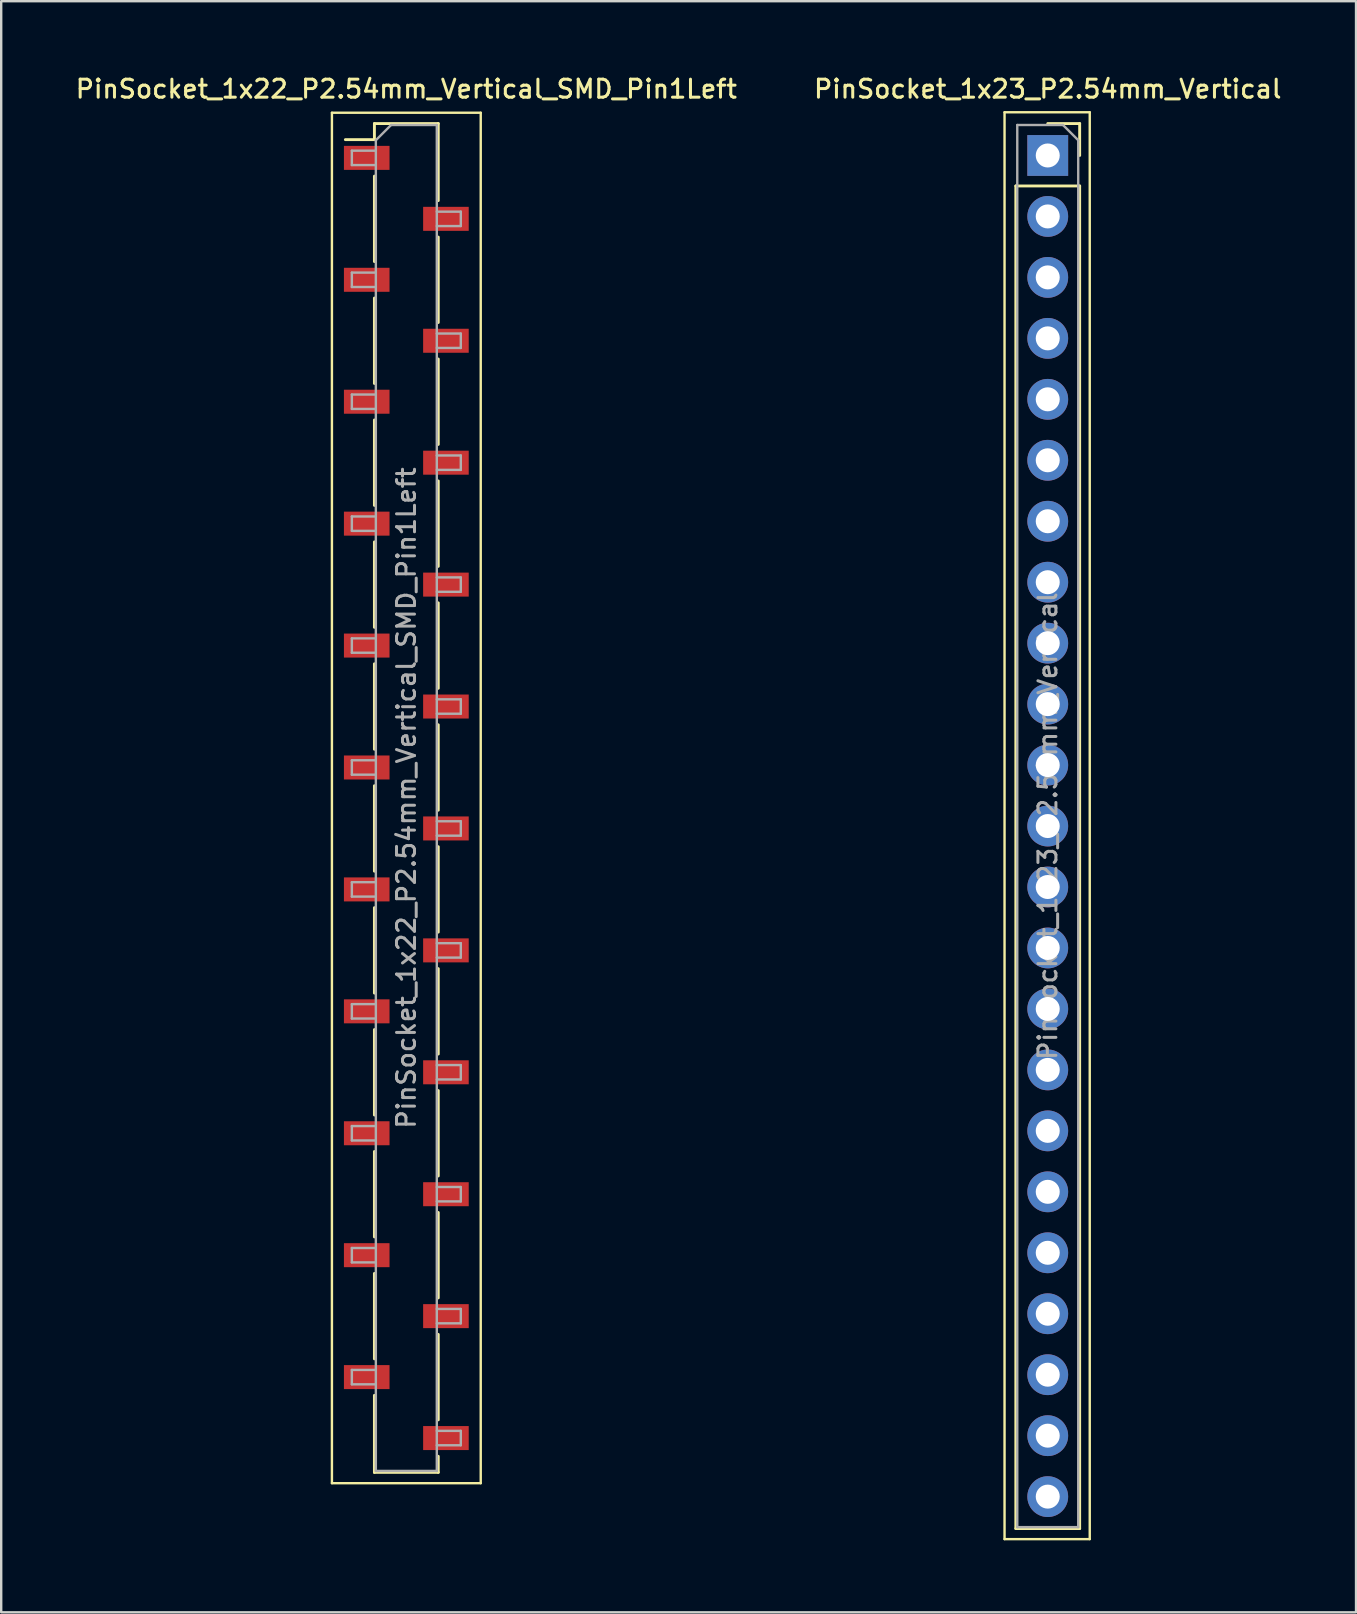
<source format=kicad_pcb>
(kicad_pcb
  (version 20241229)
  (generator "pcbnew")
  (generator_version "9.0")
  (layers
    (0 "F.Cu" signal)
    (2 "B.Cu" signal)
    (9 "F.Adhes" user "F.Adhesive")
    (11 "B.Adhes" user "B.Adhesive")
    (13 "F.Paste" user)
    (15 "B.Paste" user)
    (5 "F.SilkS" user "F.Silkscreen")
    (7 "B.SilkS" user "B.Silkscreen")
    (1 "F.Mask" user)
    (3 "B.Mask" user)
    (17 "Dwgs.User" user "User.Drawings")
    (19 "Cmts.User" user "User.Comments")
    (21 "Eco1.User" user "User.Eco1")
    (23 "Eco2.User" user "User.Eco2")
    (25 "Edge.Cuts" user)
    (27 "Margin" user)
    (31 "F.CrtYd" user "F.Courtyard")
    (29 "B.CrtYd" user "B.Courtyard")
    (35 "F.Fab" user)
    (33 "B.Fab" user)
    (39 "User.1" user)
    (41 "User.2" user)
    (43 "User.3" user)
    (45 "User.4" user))
  (footprint "PinSocket_1x23_P2.54mm_Vertical"
    (layer "F.Cu")
    (at 40.605 3.428)
    (property "Reference" "PinSocket_1x23_P2.54mm_Vertical" (at 0 -2.77 0) (layer "F.SilkS") (effects (font (size 0.75 0.75) (thickness 0.125))))
    (attr through_hole)
    (fp_line (start -1.8 -1.8) (end 1.75 -1.8) (stroke (width 0.1) (type solid)) (layer "F.SilkS"))
    (fp_line (start -1.8 57.65) (end -1.8 -1.8) (stroke (width 0.1) (type solid)) (layer "F.SilkS"))
    (fp_line (start -1.33 1.27) (end -1.33 57.21) (stroke (width 0.12) (type solid)) (layer "F.SilkS"))
    (fp_line (start -1.33 1.27) (end 1.33 1.27) (stroke (width 0.12) (type solid)) (layer "F.SilkS"))
    (fp_line (start -1.33 57.21) (end 1.33 57.21) (stroke (width 0.12) (type solid)) (layer "F.SilkS"))
    (fp_line (start 0 -1.33) (end 1.33 -1.33) (stroke (width 0.12) (type solid)) (layer "F.SilkS"))
    (fp_line (start 1.33 -1.33) (end 1.33 0) (stroke (width 0.12) (type solid)) (layer "F.SilkS"))
    (fp_line (start 1.33 1.27) (end 1.33 57.21) (stroke (width 0.12) (type solid)) (layer "F.SilkS"))
    (fp_line (start 1.75 -1.8) (end 1.75 57.65) (stroke (width 0.1) (type solid)) (layer "F.SilkS"))
    (fp_line (start 1.75 57.65) (end -1.8 57.65) (stroke (width 0.1) (type solid)) (layer "F.SilkS"))
    (fp_line (start -1.27 -1.27) (end 0.635 -1.27) (stroke (width 0.1) (type solid)) (layer "F.Fab"))
    (fp_line (start -1.27 57.15) (end -1.27 -1.27) (stroke (width 0.1) (type solid)) (layer "F.Fab"))
    (fp_line (start 0.635 -1.27) (end 1.27 -0.635) (stroke (width 0.1) (type solid)) (layer "F.Fab"))
    (fp_line (start 1.27 -0.635) (end 1.27 57.15) (stroke (width 0.1) (type solid)) (layer "F.Fab"))
    (fp_line (start 1.27 57.15) (end -1.27 57.15) (stroke (width 0.1) (type solid)) (layer "F.Fab"))
    (fp_text user "${REFERENCE}" (at 0 27.94 90) (layer "F.Fab") (effects (font (size 0.75 0.75) (thickness 0.125))))
    (pad "1" thru_hole rect (at 0 0) (size 1.7 1.7) (drill 1) (layers "*.Cu" "*.Mask"))
    (pad "2" thru_hole oval (at 0 2.54) (size 1.7 1.7) (drill 1) (layers "*.Cu" "*.Mask"))
    (pad "3" thru_hole oval (at 0 5.08) (size 1.7 1.7) (drill 1) (layers "*.Cu" "*.Mask"))
    (pad "4" thru_hole oval (at 0 7.62) (size 1.7 1.7) (drill 1) (layers "*.Cu" "*.Mask"))
    (pad "5" thru_hole oval (at 0 10.16) (size 1.7 1.7) (drill 1) (layers "*.Cu" "*.Mask"))
    (pad "6" thru_hole oval (at 0 12.7) (size 1.7 1.7) (drill 1) (layers "*.Cu" "*.Mask"))
    (pad "7" thru_hole oval (at 0 15.24) (size 1.7 1.7) (drill 1) (layers "*.Cu" "*.Mask"))
    (pad "8" thru_hole oval (at 0 17.78) (size 1.7 1.7) (drill 1) (layers "*.Cu" "*.Mask"))
    (pad "9" thru_hole oval (at 0 20.32) (size 1.7 1.7) (drill 1) (layers "*.Cu" "*.Mask"))
    (pad "10" thru_hole oval (at 0 22.86) (size 1.7 1.7) (drill 1) (layers "*.Cu" "*.Mask"))
    (pad "11" thru_hole oval (at 0 25.4) (size 1.7 1.7) (drill 1) (layers "*.Cu" "*.Mask"))
    (pad "12" thru_hole oval (at 0 27.94) (size 1.7 1.7) (drill 1) (layers "*.Cu" "*.Mask"))
    (pad "13" thru_hole oval (at 0 30.48) (size 1.7 1.7) (drill 1) (layers "*.Cu" "*.Mask"))
    (pad "14" thru_hole oval (at 0 33.02) (size 1.7 1.7) (drill 1) (layers "*.Cu" "*.Mask"))
    (pad "15" thru_hole oval (at 0 35.56) (size 1.7 1.7) (drill 1) (layers "*.Cu" "*.Mask"))
    (pad "16" thru_hole oval (at 0 38.1) (size 1.7 1.7) (drill 1) (layers "*.Cu" "*.Mask"))
    (pad "17" thru_hole oval (at 0 40.64) (size 1.7 1.7) (drill 1) (layers "*.Cu" "*.Mask"))
    (pad "18" thru_hole oval (at 0 43.18) (size 1.7 1.7) (drill 1) (layers "*.Cu" "*.Mask"))
    (pad "19" thru_hole oval (at 0 45.72) (size 1.7 1.7) (drill 1) (layers "*.Cu" "*.Mask"))
    (pad "20" thru_hole oval (at 0 48.26) (size 1.7 1.7) (drill 1) (layers "*.Cu" "*.Mask"))
    (pad "21" thru_hole oval (at 0 50.8) (size 1.7 1.7) (drill 1) (layers "*.Cu" "*.Mask"))
    (pad "22" thru_hole oval (at 0 53.34) (size 1.7 1.7) (drill 1) (layers "*.Cu" "*.Mask"))
    (pad "23" thru_hole oval (at 0 55.88) (size 1.7 1.7) (drill 1) (layers "*.Cu" "*.Mask")))
  (footprint "PinSocket_1x22_P2.54mm_Vertical_SMD_Pin1Left"
    (layer "F.Cu")
    (at 13.88 30.198)
    (property "Reference" "PinSocket_1x22_P2.54mm_Vertical_SMD_Pin1Left" (at 0 -29.54 0) (layer "F.SilkS") (effects (font (size 0.75 0.75) (thickness 0.125))))
    (attr smd)
    (fp_line (start -3.1 -28.55) (end 3.1 -28.55) (stroke (width 0.1) (type solid)) (layer "F.SilkS"))
    (fp_line (start -3.1 28.55) (end -3.1 -28.55) (stroke (width 0.1) (type solid)) (layer "F.SilkS"))
    (fp_line (start -2.54 -27.43) (end -1.33 -27.43) (stroke (width 0.12) (type solid)) (layer "F.SilkS"))
    (fp_line (start -1.33 -28.1) (end -1.33 -27.43) (stroke (width 0.12) (type solid)) (layer "F.SilkS"))
    (fp_line (start -1.33 -28.1) (end 1.33 -28.1) (stroke (width 0.12) (type solid)) (layer "F.SilkS"))
    (fp_line (start -1.33 -25.91) (end -1.33 -22.35) (stroke (width 0.12) (type solid)) (layer "F.SilkS"))
    (fp_line (start -1.33 -20.83) (end -1.33 -17.27) (stroke (width 0.12) (type solid)) (layer "F.SilkS"))
    (fp_line (start -1.33 -15.75) (end -1.33 -12.19) (stroke (width 0.12) (type solid)) (layer "F.SilkS"))
    (fp_line (start -1.33 -10.67) (end -1.33 -7.11) (stroke (width 0.12) (type solid)) (layer "F.SilkS"))
    (fp_line (start -1.33 -5.59) (end -1.33 -2.03) (stroke (width 0.12) (type solid)) (layer "F.SilkS"))
    (fp_line (start -1.33 -0.51) (end -1.33 3.05) (stroke (width 0.12) (type solid)) (layer "F.SilkS"))
    (fp_line (start -1.33 4.57) (end -1.33 8.13) (stroke (width 0.12) (type solid)) (layer "F.SilkS"))
    (fp_line (start -1.33 9.65) (end -1.33 13.21) (stroke (width 0.12) (type solid)) (layer "F.SilkS"))
    (fp_line (start -1.33 14.73) (end -1.33 18.29) (stroke (width 0.12) (type solid)) (layer "F.SilkS"))
    (fp_line (start -1.33 19.81) (end -1.33 23.37) (stroke (width 0.12) (type solid)) (layer "F.SilkS"))
    (fp_line (start -1.33 24.89) (end -1.33 28.1) (stroke (width 0.12) (type solid)) (layer "F.SilkS"))
    (fp_line (start -1.33 28.1) (end 1.33 28.1) (stroke (width 0.12) (type solid)) (layer "F.SilkS"))
    (fp_line (start 1.33 -28.1) (end 1.33 -24.89) (stroke (width 0.12) (type solid)) (layer "F.SilkS"))
    (fp_line (start 1.33 -23.37) (end 1.33 -19.81) (stroke (width 0.12) (type solid)) (layer "F.SilkS"))
    (fp_line (start 1.33 -18.29) (end 1.33 -14.73) (stroke (width 0.12) (type solid)) (layer "F.SilkS"))
    (fp_line (start 1.33 -13.21) (end 1.33 -9.65) (stroke (width 0.12) (type solid)) (layer "F.SilkS"))
    (fp_line (start 1.33 -8.13) (end 1.33 -4.57) (stroke (width 0.12) (type solid)) (layer "F.SilkS"))
    (fp_line (start 1.33 -3.05) (end 1.33 0.51) (stroke (width 0.12) (type solid)) (layer "F.SilkS"))
    (fp_line (start 1.33 2.03) (end 1.33 5.59) (stroke (width 0.12) (type solid)) (layer "F.SilkS"))
    (fp_line (start 1.33 7.11) (end 1.33 10.67) (stroke (width 0.12) (type solid)) (layer "F.SilkS"))
    (fp_line (start 1.33 12.19) (end 1.33 15.75) (stroke (width 0.12) (type solid)) (layer "F.SilkS"))
    (fp_line (start 1.33 17.27) (end 1.33 20.83) (stroke (width 0.12) (type solid)) (layer "F.SilkS"))
    (fp_line (start 1.33 22.35) (end 1.33 25.91) (stroke (width 0.12) (type solid)) (layer "F.SilkS"))
    (fp_line (start 1.33 27.43) (end 1.33 28.1) (stroke (width 0.12) (type solid)) (layer "F.SilkS"))
    (fp_line (start 3.1 -28.55) (end 3.1 28.55) (stroke (width 0.1) (type solid)) (layer "F.SilkS"))
    (fp_line (start 3.1 28.55) (end -3.1 28.55) (stroke (width 0.1) (type solid)) (layer "F.SilkS"))
    (fp_line (start -2.27 -26.97) (end -1.27 -26.97) (stroke (width 0.1) (type solid)) (layer "F.Fab"))
    (fp_line (start -2.27 -26.37) (end -2.27 -26.97) (stroke (width 0.1) (type solid)) (layer "F.Fab"))
    (fp_line (start -2.27 -21.89) (end -1.27 -21.89) (stroke (width 0.1) (type solid)) (layer "F.Fab"))
    (fp_line (start -2.27 -21.29) (end -2.27 -21.89) (stroke (width 0.1) (type solid)) (layer "F.Fab"))
    (fp_line (start -2.27 -16.81) (end -1.27 -16.81) (stroke (width 0.1) (type solid)) (layer "F.Fab"))
    (fp_line (start -2.27 -16.21) (end -2.27 -16.81) (stroke (width 0.1) (type solid)) (layer "F.Fab"))
    (fp_line (start -2.27 -11.73) (end -1.27 -11.73) (stroke (width 0.1) (type solid)) (layer "F.Fab"))
    (fp_line (start -2.27 -11.13) (end -2.27 -11.73) (stroke (width 0.1) (type solid)) (layer "F.Fab"))
    (fp_line (start -2.27 -6.65) (end -1.27 -6.65) (stroke (width 0.1) (type solid)) (layer "F.Fab"))
    (fp_line (start -2.27 -6.05) (end -2.27 -6.65) (stroke (width 0.1) (type solid)) (layer "F.Fab"))
    (fp_line (start -2.27 -1.57) (end -1.27 -1.57) (stroke (width 0.1) (type solid)) (layer "F.Fab"))
    (fp_line (start -2.27 -0.97) (end -2.27 -1.57) (stroke (width 0.1) (type solid)) (layer "F.Fab"))
    (fp_line (start -2.27 3.51) (end -1.27 3.51) (stroke (width 0.1) (type solid)) (layer "F.Fab"))
    (fp_line (start -2.27 4.11) (end -2.27 3.51) (stroke (width 0.1) (type solid)) (layer "F.Fab"))
    (fp_line (start -2.27 8.59) (end -1.27 8.59) (stroke (width 0.1) (type solid)) (layer "F.Fab"))
    (fp_line (start -2.27 9.19) (end -2.27 8.59) (stroke (width 0.1) (type solid)) (layer "F.Fab"))
    (fp_line (start -2.27 13.67) (end -1.27 13.67) (stroke (width 0.1) (type solid)) (layer "F.Fab"))
    (fp_line (start -2.27 14.27) (end -2.27 13.67) (stroke (width 0.1) (type solid)) (layer "F.Fab"))
    (fp_line (start -2.27 18.75) (end -1.27 18.75) (stroke (width 0.1) (type solid)) (layer "F.Fab"))
    (fp_line (start -2.27 19.35) (end -2.27 18.75) (stroke (width 0.1) (type solid)) (layer "F.Fab"))
    (fp_line (start -2.27 23.83) (end -1.27 23.83) (stroke (width 0.1) (type solid)) (layer "F.Fab"))
    (fp_line (start -2.27 24.43) (end -2.27 23.83) (stroke (width 0.1) (type solid)) (layer "F.Fab"))
    (fp_line (start -1.27 -27.405) (end -0.635 -28.04) (stroke (width 0.1) (type solid)) (layer "F.Fab"))
    (fp_line (start -1.27 -26.37) (end -2.27 -26.37) (stroke (width 0.1) (type solid)) (layer "F.Fab"))
    (fp_line (start -1.27 -21.29) (end -2.27 -21.29) (stroke (width 0.1) (type solid)) (layer "F.Fab"))
    (fp_line (start -1.27 -16.21) (end -2.27 -16.21) (stroke (width 0.1) (type solid)) (layer "F.Fab"))
    (fp_line (start -1.27 -11.13) (end -2.27 -11.13) (stroke (width 0.1) (type solid)) (layer "F.Fab"))
    (fp_line (start -1.27 -6.05) (end -2.27 -6.05) (stroke (width 0.1) (type solid)) (layer "F.Fab"))
    (fp_line (start -1.27 -0.97) (end -2.27 -0.97) (stroke (width 0.1) (type solid)) (layer "F.Fab"))
    (fp_line (start -1.27 4.11) (end -2.27 4.11) (stroke (width 0.1) (type solid)) (layer "F.Fab"))
    (fp_line (start -1.27 9.19) (end -2.27 9.19) (stroke (width 0.1) (type solid)) (layer "F.Fab"))
    (fp_line (start -1.27 14.27) (end -2.27 14.27) (stroke (width 0.1) (type solid)) (layer "F.Fab"))
    (fp_line (start -1.27 19.35) (end -2.27 19.35) (stroke (width 0.1) (type solid)) (layer "F.Fab"))
    (fp_line (start -1.27 24.43) (end -2.27 24.43) (stroke (width 0.1) (type solid)) (layer "F.Fab"))
    (fp_line (start -1.27 28.04) (end -1.27 -27.405) (stroke (width 0.1) (type solid)) (layer "F.Fab"))
    (fp_line (start -0.635 -28.04) (end 1.27 -28.04) (stroke (width 0.1) (type solid)) (layer "F.Fab"))
    (fp_line (start 1.27 -28.04) (end 1.27 28.04) (stroke (width 0.1) (type solid)) (layer "F.Fab"))
    (fp_line (start 1.27 -24.43) (end 2.27 -24.43) (stroke (width 0.1) (type solid)) (layer "F.Fab"))
    (fp_line (start 1.27 -19.35) (end 2.27 -19.35) (stroke (width 0.1) (type solid)) (layer "F.Fab"))
    (fp_line (start 1.27 -14.27) (end 2.27 -14.27) (stroke (width 0.1) (type solid)) (layer "F.Fab"))
    (fp_line (start 1.27 -9.19) (end 2.27 -9.19) (stroke (width 0.1) (type solid)) (layer "F.Fab"))
    (fp_line (start 1.27 -4.11) (end 2.27 -4.11) (stroke (width 0.1) (type solid)) (layer "F.Fab"))
    (fp_line (start 1.27 0.97) (end 2.27 0.97) (stroke (width 0.1) (type solid)) (layer "F.Fab"))
    (fp_line (start 1.27 6.05) (end 2.27 6.05) (stroke (width 0.1) (type solid)) (layer "F.Fab"))
    (fp_line (start 1.27 11.13) (end 2.27 11.13) (stroke (width 0.1) (type solid)) (layer "F.Fab"))
    (fp_line (start 1.27 16.21) (end 2.27 16.21) (stroke (width 0.1) (type solid)) (layer "F.Fab"))
    (fp_line (start 1.27 21.29) (end 2.27 21.29) (stroke (width 0.1) (type solid)) (layer "F.Fab"))
    (fp_line (start 1.27 26.37) (end 2.27 26.37) (stroke (width 0.1) (type solid)) (layer "F.Fab"))
    (fp_line (start 1.27 28.04) (end -1.27 28.04) (stroke (width 0.1) (type solid)) (layer "F.Fab"))
    (fp_line (start 2.27 -24.43) (end 2.27 -23.83) (stroke (width 0.1) (type solid)) (layer "F.Fab"))
    (fp_line (start 2.27 -23.83) (end 1.27 -23.83) (stroke (width 0.1) (type solid)) (layer "F.Fab"))
    (fp_line (start 2.27 -19.35) (end 2.27 -18.75) (stroke (width 0.1) (type solid)) (layer "F.Fab"))
    (fp_line (start 2.27 -18.75) (end 1.27 -18.75) (stroke (width 0.1) (type solid)) (layer "F.Fab"))
    (fp_line (start 2.27 -14.27) (end 2.27 -13.67) (stroke (width 0.1) (type solid)) (layer "F.Fab"))
    (fp_line (start 2.27 -13.67) (end 1.27 -13.67) (stroke (width 0.1) (type solid)) (layer "F.Fab"))
    (fp_line (start 2.27 -9.19) (end 2.27 -8.59) (stroke (width 0.1) (type solid)) (layer "F.Fab"))
    (fp_line (start 2.27 -8.59) (end 1.27 -8.59) (stroke (width 0.1) (type solid)) (layer "F.Fab"))
    (fp_line (start 2.27 -4.11) (end 2.27 -3.51) (stroke (width 0.1) (type solid)) (layer "F.Fab"))
    (fp_line (start 2.27 -3.51) (end 1.27 -3.51) (stroke (width 0.1) (type solid)) (layer "F.Fab"))
    (fp_line (start 2.27 0.97) (end 2.27 1.57) (stroke (width 0.1) (type solid)) (layer "F.Fab"))
    (fp_line (start 2.27 1.57) (end 1.27 1.57) (stroke (width 0.1) (type solid)) (layer "F.Fab"))
    (fp_line (start 2.27 6.05) (end 2.27 6.65) (stroke (width 0.1) (type solid)) (layer "F.Fab"))
    (fp_line (start 2.27 6.65) (end 1.27 6.65) (stroke (width 0.1) (type solid)) (layer "F.Fab"))
    (fp_line (start 2.27 11.13) (end 2.27 11.73) (stroke (width 0.1) (type solid)) (layer "F.Fab"))
    (fp_line (start 2.27 11.73) (end 1.27 11.73) (stroke (width 0.1) (type solid)) (layer "F.Fab"))
    (fp_line (start 2.27 16.21) (end 2.27 16.81) (stroke (width 0.1) (type solid)) (layer "F.Fab"))
    (fp_line (start 2.27 16.81) (end 1.27 16.81) (stroke (width 0.1) (type solid)) (layer "F.Fab"))
    (fp_line (start 2.27 21.29) (end 2.27 21.89) (stroke (width 0.1) (type solid)) (layer "F.Fab"))
    (fp_line (start 2.27 21.89) (end 1.27 21.89) (stroke (width 0.1) (type solid)) (layer "F.Fab"))
    (fp_line (start 2.27 26.37) (end 2.27 26.97) (stroke (width 0.1) (type solid)) (layer "F.Fab"))
    (fp_line (start 2.27 26.97) (end 1.27 26.97) (stroke (width 0.1) (type solid)) (layer "F.Fab"))
    (fp_text user "${REFERENCE}" (at 0 0 90) (layer "F.Fab") (effects (font (size 0.75 0.75) (thickness 0.125))))
    (pad "1" smd rect (at -1.65 -26.67) (size 1.9 1) (layers "F.Cu" "F.Mask" "F.Paste"))
    (pad "2" smd rect (at 1.65 -24.13) (size 1.9 1) (layers "F.Cu" "F.Mask" "F.Paste"))
    (pad "3" smd rect (at -1.65 -21.59) (size 1.9 1) (layers "F.Cu" "F.Mask" "F.Paste"))
    (pad "4" smd rect (at 1.65 -19.05) (size 1.9 1) (layers "F.Cu" "F.Mask" "F.Paste"))
    (pad "5" smd rect (at -1.65 -16.51) (size 1.9 1) (layers "F.Cu" "F.Mask" "F.Paste"))
    (pad "6" smd rect (at 1.65 -13.97) (size 1.9 1) (layers "F.Cu" "F.Mask" "F.Paste"))
    (pad "7" smd rect (at -1.65 -11.43) (size 1.9 1) (layers "F.Cu" "F.Mask" "F.Paste"))
    (pad "8" smd rect (at 1.65 -8.89) (size 1.9 1) (layers "F.Cu" "F.Mask" "F.Paste"))
    (pad "9" smd rect (at -1.65 -6.35) (size 1.9 1) (layers "F.Cu" "F.Mask" "F.Paste"))
    (pad "10" smd rect (at 1.65 -3.81) (size 1.9 1) (layers "F.Cu" "F.Mask" "F.Paste"))
    (pad "11" smd rect (at -1.65 -1.27) (size 1.9 1) (layers "F.Cu" "F.Mask" "F.Paste"))
    (pad "12" smd rect (at 1.65 1.27) (size 1.9 1) (layers "F.Cu" "F.Mask" "F.Paste"))
    (pad "13" smd rect (at -1.65 3.81) (size 1.9 1) (layers "F.Cu" "F.Mask" "F.Paste"))
    (pad "14" smd rect (at 1.65 6.35) (size 1.9 1) (layers "F.Cu" "F.Mask" "F.Paste"))
    (pad "15" smd rect (at -1.65 8.89) (size 1.9 1) (layers "F.Cu" "F.Mask" "F.Paste"))
    (pad "16" smd rect (at 1.65 11.43) (size 1.9 1) (layers "F.Cu" "F.Mask" "F.Paste"))
    (pad "17" smd rect (at -1.65 13.97) (size 1.9 1) (layers "F.Cu" "F.Mask" "F.Paste"))
    (pad "18" smd rect (at 1.65 16.51) (size 1.9 1) (layers "F.Cu" "F.Mask" "F.Paste"))
    (pad "19" smd rect (at -1.65 19.05) (size 1.9 1) (layers "F.Cu" "F.Mask" "F.Paste"))
    (pad "20" smd rect (at 1.65 21.59) (size 1.9 1) (layers "F.Cu" "F.Mask" "F.Paste"))
    (pad "21" smd rect (at -1.65 24.13) (size 1.9 1) (layers "F.Cu" "F.Mask" "F.Paste"))
    (pad "22" smd rect (at 1.65 26.67) (size 1.9 1) (layers "F.Cu" "F.Mask" "F.Paste")))
  (gr_rect
    (start -3 -3)
    (end 53.45 64.128)
    (stroke (width 0.1) (type default))
    (fill no)
    (layer "Edge.Cuts")))
</source>
